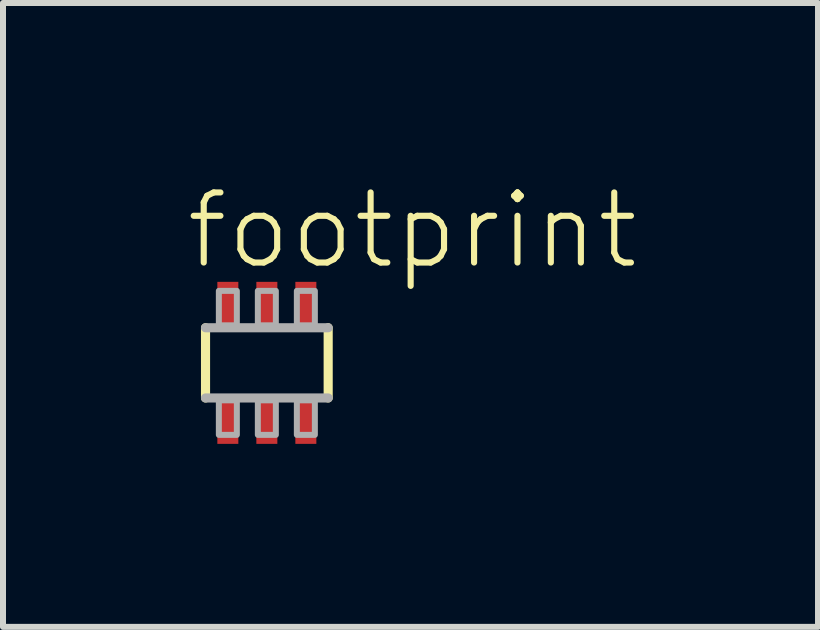
<source format=kicad_pcb>
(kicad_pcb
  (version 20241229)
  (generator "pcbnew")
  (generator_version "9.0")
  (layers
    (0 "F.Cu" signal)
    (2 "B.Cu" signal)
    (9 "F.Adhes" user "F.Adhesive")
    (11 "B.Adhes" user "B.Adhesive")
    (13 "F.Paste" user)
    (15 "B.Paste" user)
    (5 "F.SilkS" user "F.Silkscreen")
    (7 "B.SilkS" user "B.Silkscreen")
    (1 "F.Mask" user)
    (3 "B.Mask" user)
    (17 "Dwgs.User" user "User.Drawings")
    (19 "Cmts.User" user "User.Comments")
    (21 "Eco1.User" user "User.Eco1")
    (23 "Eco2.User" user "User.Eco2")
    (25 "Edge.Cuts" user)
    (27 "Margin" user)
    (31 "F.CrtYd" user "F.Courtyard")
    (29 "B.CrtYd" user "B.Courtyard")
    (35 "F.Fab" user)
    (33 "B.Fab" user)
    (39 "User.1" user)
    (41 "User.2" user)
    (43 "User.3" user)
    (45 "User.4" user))
  (footprint "footprint"
    (layer "F.Cu")
    (at 1.397 2.997)
    (property "Reference" "footprint" (at -1.397 -1.524 0) (layer "F.SilkS") (effects (font (size 1.168 1.168) (thickness 0.102)) (justify left bottom)))
    (fp_poly (pts (xy -0.875 1.4) (xy -0.425 1.4) (xy -0.425 0.5) (xy -0.875 0.5)) (stroke (width 0) (type solid)) (fill yes) (layer "F.Mask"))
    (fp_poly (pts (xy -0.425 -1.4) (xy -0.875 -1.4) (xy -0.875 -0.5) (xy -0.425 -0.5)) (stroke (width 0) (type solid)) (fill yes) (layer "F.Mask"))
    (fp_poly (pts (xy -0.225 1.4) (xy 0.225 1.4) (xy 0.225 0.5) (xy -0.225 0.5)) (stroke (width 0) (type solid)) (fill yes) (layer "F.Mask"))
    (fp_poly (pts (xy 0.225 -1.4) (xy -0.225 -1.4) (xy -0.225 -0.5) (xy 0.225 -0.5)) (stroke (width 0) (type solid)) (fill yes) (layer "F.Mask"))
    (fp_poly (pts (xy 0.425 1.4) (xy 0.875 1.4) (xy 0.875 0.5) (xy 0.425 0.5)) (stroke (width 0) (type solid)) (fill yes) (layer "F.Mask"))
    (fp_poly (pts (xy 0.875 -1.4) (xy 0.425 -1.4) (xy 0.425 -0.5) (xy 0.875 -0.5)) (stroke (width 0) (type solid)) (fill yes) (layer "F.Mask"))
    (fp_line (start -1.022 0.585) (end -1.022 -0.585) (stroke (width 0.152) (type solid)) (layer "F.SilkS"))
    (fp_line (start 1.022 -0.585) (end 1.022 0.585) (stroke (width 0.152) (type solid)) (layer "F.SilkS"))
    (fp_poly (pts (xy -0.8 1.325) (xy -0.5 1.325) (xy -0.5 0.575) (xy -0.8 0.575)) (stroke (width 0) (type solid)) (fill yes) (layer "F.Paste"))
    (fp_poly (pts (xy -0.5 -1.325) (xy -0.8 -1.325) (xy -0.8 -0.575) (xy -0.5 -0.575)) (stroke (width 0) (type solid)) (fill yes) (layer "F.Paste"))
    (fp_poly (pts (xy -0.15 1.325) (xy 0.15 1.325) (xy 0.15 0.575) (xy -0.15 0.575)) (stroke (width 0) (type solid)) (fill yes) (layer "F.Paste"))
    (fp_poly (pts (xy 0.15 -1.325) (xy -0.15 -1.325) (xy -0.15 -0.575) (xy 0.15 -0.575)) (stroke (width 0) (type solid)) (fill yes) (layer "F.Paste"))
    (fp_poly (pts (xy 0.5 1.325) (xy 0.8 1.325) (xy 0.8 0.575) (xy 0.5 0.575)) (stroke (width 0) (type solid)) (fill yes) (layer "F.Paste"))
    (fp_poly (pts (xy 0.8 -1.325) (xy 0.5 -1.325) (xy 0.5 -0.575) (xy 0.8 -0.575)) (stroke (width 0) (type solid)) (fill yes) (layer "F.Paste"))
    (fp_line (start -1.022 -0.585) (end 1.022 -0.585) (stroke (width 0.152) (type solid)) (layer "F.Fab"))
    (fp_line (start 1.022 0.585) (end -1.022 0.585) (stroke (width 0.152) (type solid)) (layer "F.Fab"))
    (fp_poly (pts (xy -0.8 1.2) (xy -0.5 1.2) (xy -0.5 0.625) (xy -0.8 0.625)) (stroke (width 0.1) (type solid)) (fill no) (layer "F.Fab"))
    (fp_poly (pts (xy -0.5 -1.2) (xy -0.8 -1.2) (xy -0.8 -0.625) (xy -0.5 -0.625)) (stroke (width 0.1) (type solid)) (fill no) (layer "F.Fab"))
    (fp_poly (pts (xy -0.15 1.2) (xy 0.15 1.2) (xy 0.15 0.625) (xy -0.15 0.625)) (stroke (width 0.1) (type solid)) (fill no) (layer "F.Fab"))
    (fp_poly (pts (xy 0.15 -1.2) (xy -0.15 -1.2) (xy -0.15 -0.625) (xy 0.15 -0.625)) (stroke (width 0.1) (type solid)) (fill no) (layer "F.Fab"))
    (fp_poly (pts (xy 0.5 1.2) (xy 0.8 1.2) (xy 0.8 0.625) (xy 0.5 0.625)) (stroke (width 0.1) (type solid)) (fill no) (layer "F.Fab"))
    (fp_poly (pts (xy 0.8 -1.2) (xy 0.5 -1.2) (xy 0.5 -0.625) (xy 0.8 -0.625)) (stroke (width 0.1) (type solid)) (fill no) (layer "F.Fab"))
    (pad "1" smd rect (at -0.65 0.95) (size 0.35 0.8) (layers "F.Cu"))
    (pad "2" smd rect (at 0 0.95) (size 0.35 0.8) (layers "F.Cu"))
    (pad "3" smd rect (at 0.65 0.95) (size 0.35 0.8) (layers "F.Cu"))
    (pad "4" smd rect (at 0.65 -0.95) (size 0.35 0.8) (layers "F.Cu"))
    (pad "5" smd rect (at 0 -0.95) (size 0.35 0.8) (layers "F.Cu"))
    (pad "6" smd rect (at -0.65 -0.95) (size 0.35 0.8) (layers "F.Cu")))
  (gr_rect
    (start -3 -3)
    (end 10.582 7.397)
    (stroke (width 0.1) (type default))
    (fill no)
    (layer "Edge.Cuts")))
</source>
